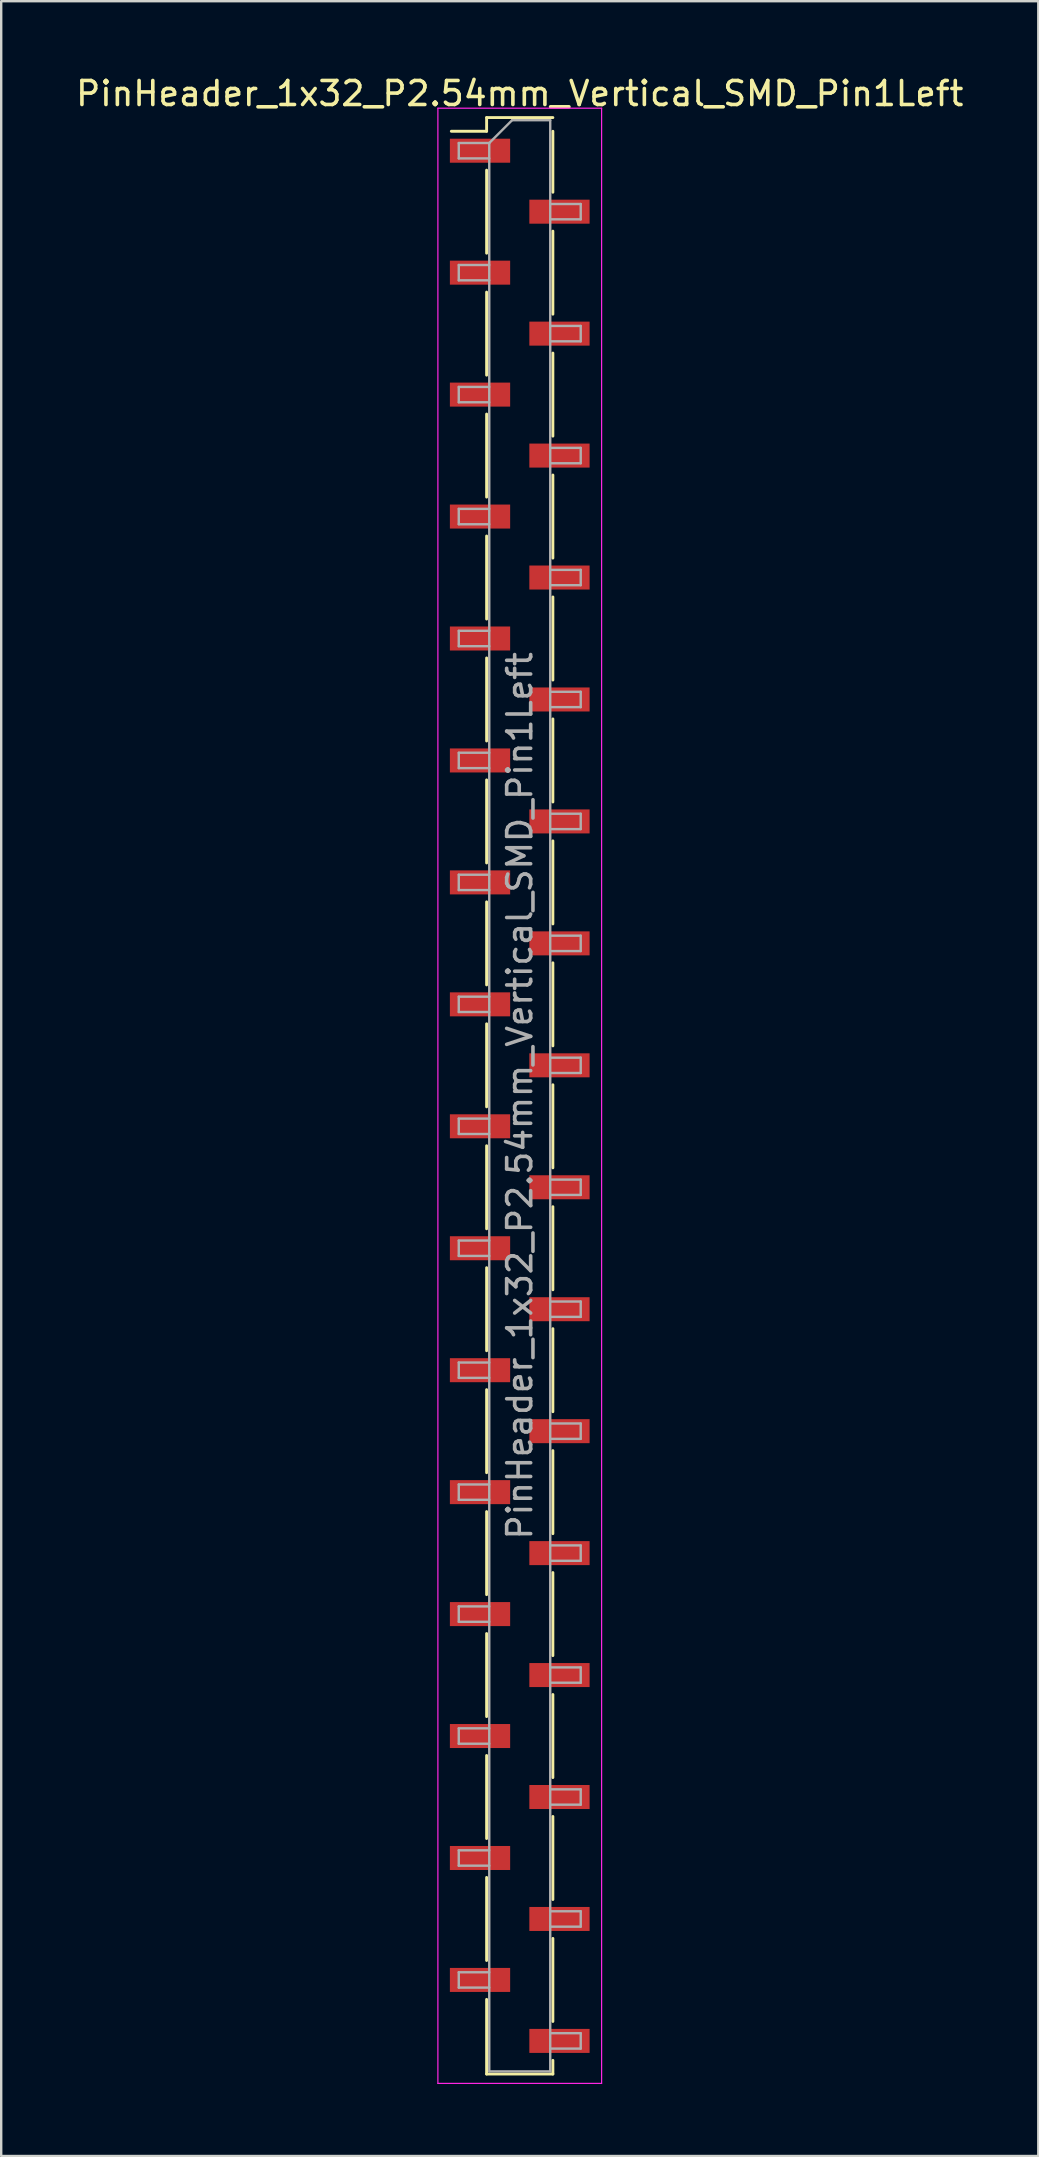
<source format=kicad_pcb>
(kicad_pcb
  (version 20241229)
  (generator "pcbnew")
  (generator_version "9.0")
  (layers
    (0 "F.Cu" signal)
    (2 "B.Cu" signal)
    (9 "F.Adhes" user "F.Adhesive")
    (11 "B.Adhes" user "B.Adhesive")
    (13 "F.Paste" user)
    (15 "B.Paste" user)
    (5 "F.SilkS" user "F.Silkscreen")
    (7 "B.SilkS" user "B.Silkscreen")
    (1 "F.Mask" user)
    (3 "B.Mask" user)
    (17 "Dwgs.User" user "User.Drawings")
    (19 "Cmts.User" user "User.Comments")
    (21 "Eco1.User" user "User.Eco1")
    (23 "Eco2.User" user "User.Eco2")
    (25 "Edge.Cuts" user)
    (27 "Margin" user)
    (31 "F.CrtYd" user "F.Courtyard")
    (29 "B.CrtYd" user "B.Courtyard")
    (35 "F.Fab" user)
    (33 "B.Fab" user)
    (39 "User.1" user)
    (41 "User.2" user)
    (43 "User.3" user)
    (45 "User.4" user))
  (footprint "PinHeader_1x32_P2.54mm_Vertical_SMD_Pin1Left"
    (layer "F.Cu")
    (at 18.601 42.598)
    (property "Reference" "PinHeader_1x32_P2.54mm_Vertical_SMD_Pin1Left" (at 0 -41.75 0) (layer "F.SilkS") (effects (font (size 1 1) (thickness 0.15))))
    (attr smd)
    (fp_line (start -1.38 -40.75) (end -1.38 -40.18) (stroke (width 0.12) (type solid)) (layer "F.SilkS"))
    (fp_line (start -1.38 -40.75) (end 1.38 -40.75) (stroke (width 0.12) (type solid)) (layer "F.SilkS"))
    (fp_line (start -1.38 -40.18) (end -2.85 -40.18) (stroke (width 0.12) (type solid)) (layer "F.SilkS"))
    (fp_line (start -1.38 -38.56) (end -1.38 -35.1) (stroke (width 0.12) (type solid)) (layer "F.SilkS"))
    (fp_line (start -1.38 -33.48) (end -1.38 -30.02) (stroke (width 0.12) (type solid)) (layer "F.SilkS"))
    (fp_line (start -1.38 -28.4) (end -1.38 -24.94) (stroke (width 0.12) (type solid)) (layer "F.SilkS"))
    (fp_line (start -1.38 -23.32) (end -1.38 -19.86) (stroke (width 0.12) (type solid)) (layer "F.SilkS"))
    (fp_line (start -1.38 -18.24) (end -1.38 -14.78) (stroke (width 0.12) (type solid)) (layer "F.SilkS"))
    (fp_line (start -1.38 -13.16) (end -1.38 -9.7) (stroke (width 0.12) (type solid)) (layer "F.SilkS"))
    (fp_line (start -1.38 -8.08) (end -1.38 -4.62) (stroke (width 0.12) (type solid)) (layer "F.SilkS"))
    (fp_line (start -1.38 -3) (end -1.38 0.46) (stroke (width 0.12) (type solid)) (layer "F.SilkS"))
    (fp_line (start -1.38 2.08) (end -1.38 5.54) (stroke (width 0.12) (type solid)) (layer "F.SilkS"))
    (fp_line (start -1.38 7.16) (end -1.38 10.62) (stroke (width 0.12) (type solid)) (layer "F.SilkS"))
    (fp_line (start -1.38 12.24) (end -1.38 15.7) (stroke (width 0.12) (type solid)) (layer "F.SilkS"))
    (fp_line (start -1.38 17.32) (end -1.38 20.78) (stroke (width 0.12) (type solid)) (layer "F.SilkS"))
    (fp_line (start -1.38 22.4) (end -1.38 25.86) (stroke (width 0.12) (type solid)) (layer "F.SilkS"))
    (fp_line (start -1.38 27.48) (end -1.38 30.94) (stroke (width 0.12) (type solid)) (layer "F.SilkS"))
    (fp_line (start -1.38 32.56) (end -1.38 36.02) (stroke (width 0.12) (type solid)) (layer "F.SilkS"))
    (fp_line (start -1.38 37.64) (end -1.38 40.75) (stroke (width 0.12) (type solid)) (layer "F.SilkS"))
    (fp_line (start -1.38 40.75) (end 1.38 40.75) (stroke (width 0.12) (type solid)) (layer "F.SilkS"))
    (fp_line (start 1.38 -40.18) (end 1.38 -37.64) (stroke (width 0.12) (type solid)) (layer "F.SilkS"))
    (fp_line (start 1.38 -36.02) (end 1.38 -32.56) (stroke (width 0.12) (type solid)) (layer "F.SilkS"))
    (fp_line (start 1.38 -30.94) (end 1.38 -27.48) (stroke (width 0.12) (type solid)) (layer "F.SilkS"))
    (fp_line (start 1.38 -25.86) (end 1.38 -22.4) (stroke (width 0.12) (type solid)) (layer "F.SilkS"))
    (fp_line (start 1.38 -20.78) (end 1.38 -17.32) (stroke (width 0.12) (type solid)) (layer "F.SilkS"))
    (fp_line (start 1.38 -15.7) (end 1.38 -12.24) (stroke (width 0.12) (type solid)) (layer "F.SilkS"))
    (fp_line (start 1.38 -10.62) (end 1.38 -7.16) (stroke (width 0.12) (type solid)) (layer "F.SilkS"))
    (fp_line (start 1.38 -5.54) (end 1.38 -2.08) (stroke (width 0.12) (type solid)) (layer "F.SilkS"))
    (fp_line (start 1.38 -0.46) (end 1.38 3) (stroke (width 0.12) (type solid)) (layer "F.SilkS"))
    (fp_line (start 1.38 4.62) (end 1.38 8.08) (stroke (width 0.12) (type solid)) (layer "F.SilkS"))
    (fp_line (start 1.38 9.7) (end 1.38 13.16) (stroke (width 0.12) (type solid)) (layer "F.SilkS"))
    (fp_line (start 1.38 14.78) (end 1.38 18.24) (stroke (width 0.12) (type solid)) (layer "F.SilkS"))
    (fp_line (start 1.38 19.86) (end 1.38 23.32) (stroke (width 0.12) (type solid)) (layer "F.SilkS"))
    (fp_line (start 1.38 24.94) (end 1.38 28.4) (stroke (width 0.12) (type solid)) (layer "F.SilkS"))
    (fp_line (start 1.38 30.02) (end 1.38 33.48) (stroke (width 0.12) (type solid)) (layer "F.SilkS"))
    (fp_line (start 1.38 35.1) (end 1.38 38.56) (stroke (width 0.12) (type solid)) (layer "F.SilkS"))
    (fp_line (start 1.38 40.18) (end 1.38 40.75) (stroke (width 0.12) (type solid)) (layer "F.SilkS"))
    (fp_line (start -3.41 -41.14) (end -3.41 41.14) (stroke (width 0.05) (type solid)) (layer "F.CrtYd"))
    (fp_line (start -3.41 41.14) (end 3.41 41.14) (stroke (width 0.05) (type solid)) (layer "F.CrtYd"))
    (fp_line (start 3.41 -41.14) (end -3.41 -41.14) (stroke (width 0.05) (type solid)) (layer "F.CrtYd"))
    (fp_line (start 3.41 41.14) (end 3.41 -41.14) (stroke (width 0.05) (type solid)) (layer "F.CrtYd"))
    (fp_line (start -2.54 -39.69) (end -2.54 -39.05) (stroke (width 0.1) (type solid)) (layer "F.Fab"))
    (fp_line (start -2.54 -39.05) (end -1.27 -39.05) (stroke (width 0.1) (type solid)) (layer "F.Fab"))
    (fp_line (start -2.54 -34.61) (end -2.54 -33.97) (stroke (width 0.1) (type solid)) (layer "F.Fab"))
    (fp_line (start -2.54 -33.97) (end -1.27 -33.97) (stroke (width 0.1) (type solid)) (layer "F.Fab"))
    (fp_line (start -2.54 -29.53) (end -2.54 -28.89) (stroke (width 0.1) (type solid)) (layer "F.Fab"))
    (fp_line (start -2.54 -28.89) (end -1.27 -28.89) (stroke (width 0.1) (type solid)) (layer "F.Fab"))
    (fp_line (start -2.54 -24.45) (end -2.54 -23.81) (stroke (width 0.1) (type solid)) (layer "F.Fab"))
    (fp_line (start -2.54 -23.81) (end -1.27 -23.81) (stroke (width 0.1) (type solid)) (layer "F.Fab"))
    (fp_line (start -2.54 -19.37) (end -2.54 -18.73) (stroke (width 0.1) (type solid)) (layer "F.Fab"))
    (fp_line (start -2.54 -18.73) (end -1.27 -18.73) (stroke (width 0.1) (type solid)) (layer "F.Fab"))
    (fp_line (start -2.54 -14.29) (end -2.54 -13.65) (stroke (width 0.1) (type solid)) (layer "F.Fab"))
    (fp_line (start -2.54 -13.65) (end -1.27 -13.65) (stroke (width 0.1) (type solid)) (layer "F.Fab"))
    (fp_line (start -2.54 -9.21) (end -2.54 -8.57) (stroke (width 0.1) (type solid)) (layer "F.Fab"))
    (fp_line (start -2.54 -8.57) (end -1.27 -8.57) (stroke (width 0.1) (type solid)) (layer "F.Fab"))
    (fp_line (start -2.54 -4.13) (end -2.54 -3.49) (stroke (width 0.1) (type solid)) (layer "F.Fab"))
    (fp_line (start -2.54 -3.49) (end -1.27 -3.49) (stroke (width 0.1) (type solid)) (layer "F.Fab"))
    (fp_line (start -2.54 0.95) (end -2.54 1.59) (stroke (width 0.1) (type solid)) (layer "F.Fab"))
    (fp_line (start -2.54 1.59) (end -1.27 1.59) (stroke (width 0.1) (type solid)) (layer "F.Fab"))
    (fp_line (start -2.54 6.03) (end -2.54 6.67) (stroke (width 0.1) (type solid)) (layer "F.Fab"))
    (fp_line (start -2.54 6.67) (end -1.27 6.67) (stroke (width 0.1) (type solid)) (layer "F.Fab"))
    (fp_line (start -2.54 11.11) (end -2.54 11.75) (stroke (width 0.1) (type solid)) (layer "F.Fab"))
    (fp_line (start -2.54 11.75) (end -1.27 11.75) (stroke (width 0.1) (type solid)) (layer "F.Fab"))
    (fp_line (start -2.54 16.19) (end -2.54 16.83) (stroke (width 0.1) (type solid)) (layer "F.Fab"))
    (fp_line (start -2.54 16.83) (end -1.27 16.83) (stroke (width 0.1) (type solid)) (layer "F.Fab"))
    (fp_line (start -2.54 21.27) (end -2.54 21.91) (stroke (width 0.1) (type solid)) (layer "F.Fab"))
    (fp_line (start -2.54 21.91) (end -1.27 21.91) (stroke (width 0.1) (type solid)) (layer "F.Fab"))
    (fp_line (start -2.54 26.35) (end -2.54 26.99) (stroke (width 0.1) (type solid)) (layer "F.Fab"))
    (fp_line (start -2.54 26.99) (end -1.27 26.99) (stroke (width 0.1) (type solid)) (layer "F.Fab"))
    (fp_line (start -2.54 31.43) (end -2.54 32.07) (stroke (width 0.1) (type solid)) (layer "F.Fab"))
    (fp_line (start -2.54 32.07) (end -1.27 32.07) (stroke (width 0.1) (type solid)) (layer "F.Fab"))
    (fp_line (start -2.54 36.51) (end -2.54 37.15) (stroke (width 0.1) (type solid)) (layer "F.Fab"))
    (fp_line (start -2.54 37.15) (end -1.27 37.15) (stroke (width 0.1) (type solid)) (layer "F.Fab"))
    (fp_line (start -1.27 -39.69) (end -2.54 -39.69) (stroke (width 0.1) (type solid)) (layer "F.Fab"))
    (fp_line (start -1.27 -39.69) (end -0.32 -40.64) (stroke (width 0.1) (type solid)) (layer "F.Fab"))
    (fp_line (start -1.27 -34.61) (end -2.54 -34.61) (stroke (width 0.1) (type solid)) (layer "F.Fab"))
    (fp_line (start -1.27 -29.53) (end -2.54 -29.53) (stroke (width 0.1) (type solid)) (layer "F.Fab"))
    (fp_line (start -1.27 -24.45) (end -2.54 -24.45) (stroke (width 0.1) (type solid)) (layer "F.Fab"))
    (fp_line (start -1.27 -19.37) (end -2.54 -19.37) (stroke (width 0.1) (type solid)) (layer "F.Fab"))
    (fp_line (start -1.27 -14.29) (end -2.54 -14.29) (stroke (width 0.1) (type solid)) (layer "F.Fab"))
    (fp_line (start -1.27 -9.21) (end -2.54 -9.21) (stroke (width 0.1) (type solid)) (layer "F.Fab"))
    (fp_line (start -1.27 -4.13) (end -2.54 -4.13) (stroke (width 0.1) (type solid)) (layer "F.Fab"))
    (fp_line (start -1.27 0.95) (end -2.54 0.95) (stroke (width 0.1) (type solid)) (layer "F.Fab"))
    (fp_line (start -1.27 6.03) (end -2.54 6.03) (stroke (width 0.1) (type solid)) (layer "F.Fab"))
    (fp_line (start -1.27 11.11) (end -2.54 11.11) (stroke (width 0.1) (type solid)) (layer "F.Fab"))
    (fp_line (start -1.27 16.19) (end -2.54 16.19) (stroke (width 0.1) (type solid)) (layer "F.Fab"))
    (fp_line (start -1.27 21.27) (end -2.54 21.27) (stroke (width 0.1) (type solid)) (layer "F.Fab"))
    (fp_line (start -1.27 26.35) (end -2.54 26.35) (stroke (width 0.1) (type solid)) (layer "F.Fab"))
    (fp_line (start -1.27 31.43) (end -2.54 31.43) (stroke (width 0.1) (type solid)) (layer "F.Fab"))
    (fp_line (start -1.27 36.51) (end -2.54 36.51) (stroke (width 0.1) (type solid)) (layer "F.Fab"))
    (fp_line (start -1.27 40.64) (end -1.27 -39.69) (stroke (width 0.1) (type solid)) (layer "F.Fab"))
    (fp_line (start -0.32 -40.64) (end 1.27 -40.64) (stroke (width 0.1) (type solid)) (layer "F.Fab"))
    (fp_line (start 1.27 -40.64) (end 1.27 40.64) (stroke (width 0.1) (type solid)) (layer "F.Fab"))
    (fp_line (start 1.27 -37.15) (end 2.54 -37.15) (stroke (width 0.1) (type solid)) (layer "F.Fab"))
    (fp_line (start 1.27 -32.07) (end 2.54 -32.07) (stroke (width 0.1) (type solid)) (layer "F.Fab"))
    (fp_line (start 1.27 -26.99) (end 2.54 -26.99) (stroke (width 0.1) (type solid)) (layer "F.Fab"))
    (fp_line (start 1.27 -21.91) (end 2.54 -21.91) (stroke (width 0.1) (type solid)) (layer "F.Fab"))
    (fp_line (start 1.27 -16.83) (end 2.54 -16.83) (stroke (width 0.1) (type solid)) (layer "F.Fab"))
    (fp_line (start 1.27 -11.75) (end 2.54 -11.75) (stroke (width 0.1) (type solid)) (layer "F.Fab"))
    (fp_line (start 1.27 -6.67) (end 2.54 -6.67) (stroke (width 0.1) (type solid)) (layer "F.Fab"))
    (fp_line (start 1.27 -1.59) (end 2.54 -1.59) (stroke (width 0.1) (type solid)) (layer "F.Fab"))
    (fp_line (start 1.27 3.49) (end 2.54 3.49) (stroke (width 0.1) (type solid)) (layer "F.Fab"))
    (fp_line (start 1.27 8.57) (end 2.54 8.57) (stroke (width 0.1) (type solid)) (layer "F.Fab"))
    (fp_line (start 1.27 13.65) (end 2.54 13.65) (stroke (width 0.1) (type solid)) (layer "F.Fab"))
    (fp_line (start 1.27 18.73) (end 2.54 18.73) (stroke (width 0.1) (type solid)) (layer "F.Fab"))
    (fp_line (start 1.27 23.81) (end 2.54 23.81) (stroke (width 0.1) (type solid)) (layer "F.Fab"))
    (fp_line (start 1.27 28.89) (end 2.54 28.89) (stroke (width 0.1) (type solid)) (layer "F.Fab"))
    (fp_line (start 1.27 33.97) (end 2.54 33.97) (stroke (width 0.1) (type solid)) (layer "F.Fab"))
    (fp_line (start 1.27 39.05) (end 2.54 39.05) (stroke (width 0.1) (type solid)) (layer "F.Fab"))
    (fp_line (start 1.27 40.64) (end -1.27 40.64) (stroke (width 0.1) (type solid)) (layer "F.Fab"))
    (fp_line (start 2.54 -37.15) (end 2.54 -36.51) (stroke (width 0.1) (type solid)) (layer "F.Fab"))
    (fp_line (start 2.54 -36.51) (end 1.27 -36.51) (stroke (width 0.1) (type solid)) (layer "F.Fab"))
    (fp_line (start 2.54 -32.07) (end 2.54 -31.43) (stroke (width 0.1) (type solid)) (layer "F.Fab"))
    (fp_line (start 2.54 -31.43) (end 1.27 -31.43) (stroke (width 0.1) (type solid)) (layer "F.Fab"))
    (fp_line (start 2.54 -26.99) (end 2.54 -26.35) (stroke (width 0.1) (type solid)) (layer "F.Fab"))
    (fp_line (start 2.54 -26.35) (end 1.27 -26.35) (stroke (width 0.1) (type solid)) (layer "F.Fab"))
    (fp_line (start 2.54 -21.91) (end 2.54 -21.27) (stroke (width 0.1) (type solid)) (layer "F.Fab"))
    (fp_line (start 2.54 -21.27) (end 1.27 -21.27) (stroke (width 0.1) (type solid)) (layer "F.Fab"))
    (fp_line (start 2.54 -16.83) (end 2.54 -16.19) (stroke (width 0.1) (type solid)) (layer "F.Fab"))
    (fp_line (start 2.54 -16.19) (end 1.27 -16.19) (stroke (width 0.1) (type solid)) (layer "F.Fab"))
    (fp_line (start 2.54 -11.75) (end 2.54 -11.11) (stroke (width 0.1) (type solid)) (layer "F.Fab"))
    (fp_line (start 2.54 -11.11) (end 1.27 -11.11) (stroke (width 0.1) (type solid)) (layer "F.Fab"))
    (fp_line (start 2.54 -6.67) (end 2.54 -6.03) (stroke (width 0.1) (type solid)) (layer "F.Fab"))
    (fp_line (start 2.54 -6.03) (end 1.27 -6.03) (stroke (width 0.1) (type solid)) (layer "F.Fab"))
    (fp_line (start 2.54 -1.59) (end 2.54 -0.95) (stroke (width 0.1) (type solid)) (layer "F.Fab"))
    (fp_line (start 2.54 -0.95) (end 1.27 -0.95) (stroke (width 0.1) (type solid)) (layer "F.Fab"))
    (fp_line (start 2.54 3.49) (end 2.54 4.13) (stroke (width 0.1) (type solid)) (layer "F.Fab"))
    (fp_line (start 2.54 4.13) (end 1.27 4.13) (stroke (width 0.1) (type solid)) (layer "F.Fab"))
    (fp_line (start 2.54 8.57) (end 2.54 9.21) (stroke (width 0.1) (type solid)) (layer "F.Fab"))
    (fp_line (start 2.54 9.21) (end 1.27 9.21) (stroke (width 0.1) (type solid)) (layer "F.Fab"))
    (fp_line (start 2.54 13.65) (end 2.54 14.29) (stroke (width 0.1) (type solid)) (layer "F.Fab"))
    (fp_line (start 2.54 14.29) (end 1.27 14.29) (stroke (width 0.1) (type solid)) (layer "F.Fab"))
    (fp_line (start 2.54 18.73) (end 2.54 19.37) (stroke (width 0.1) (type solid)) (layer "F.Fab"))
    (fp_line (start 2.54 19.37) (end 1.27 19.37) (stroke (width 0.1) (type solid)) (layer "F.Fab"))
    (fp_line (start 2.54 23.81) (end 2.54 24.45) (stroke (width 0.1) (type solid)) (layer "F.Fab"))
    (fp_line (start 2.54 24.45) (end 1.27 24.45) (stroke (width 0.1) (type solid)) (layer "F.Fab"))
    (fp_line (start 2.54 28.89) (end 2.54 29.53) (stroke (width 0.1) (type solid)) (layer "F.Fab"))
    (fp_line (start 2.54 29.53) (end 1.27 29.53) (stroke (width 0.1) (type solid)) (layer "F.Fab"))
    (fp_line (start 2.54 33.97) (end 2.54 34.61) (stroke (width 0.1) (type solid)) (layer "F.Fab"))
    (fp_line (start 2.54 34.61) (end 1.27 34.61) (stroke (width 0.1) (type solid)) (layer "F.Fab"))
    (fp_line (start 2.54 39.05) (end 2.54 39.69) (stroke (width 0.1) (type solid)) (layer "F.Fab"))
    (fp_line (start 2.54 39.69) (end 1.27 39.69) (stroke (width 0.1) (type solid)) (layer "F.Fab"))
    (fp_text user "${REFERENCE}" (at 0 0 90) (layer "F.Fab") (effects (font (size 1 1) (thickness 0.15))))
    (pad "1" smd rect (at -1.655 -39.37) (size 2.51 1) (layers "F.Cu" "F.Mask" "F.Paste"))
    (pad "2" smd rect (at 1.655 -36.83) (size 2.51 1) (layers "F.Cu" "F.Mask" "F.Paste"))
    (pad "3" smd rect (at -1.655 -34.29) (size 2.51 1) (layers "F.Cu" "F.Mask" "F.Paste"))
    (pad "4" smd rect (at 1.655 -31.75) (size 2.51 1) (layers "F.Cu" "F.Mask" "F.Paste"))
    (pad "5" smd rect (at -1.655 -29.21) (size 2.51 1) (layers "F.Cu" "F.Mask" "F.Paste"))
    (pad "6" smd rect (at 1.655 -26.67) (size 2.51 1) (layers "F.Cu" "F.Mask" "F.Paste"))
    (pad "7" smd rect (at -1.655 -24.13) (size 2.51 1) (layers "F.Cu" "F.Mask" "F.Paste"))
    (pad "8" smd rect (at 1.655 -21.59) (size 2.51 1) (layers "F.Cu" "F.Mask" "F.Paste"))
    (pad "9" smd rect (at -1.655 -19.05) (size 2.51 1) (layers "F.Cu" "F.Mask" "F.Paste"))
    (pad "10" smd rect (at 1.655 -16.51) (size 2.51 1) (layers "F.Cu" "F.Mask" "F.Paste"))
    (pad "11" smd rect (at -1.655 -13.97) (size 2.51 1) (layers "F.Cu" "F.Mask" "F.Paste"))
    (pad "12" smd rect (at 1.655 -11.43) (size 2.51 1) (layers "F.Cu" "F.Mask" "F.Paste"))
    (pad "13" smd rect (at -1.655 -8.89) (size 2.51 1) (layers "F.Cu" "F.Mask" "F.Paste"))
    (pad "14" smd rect (at 1.655 -6.35) (size 2.51 1) (layers "F.Cu" "F.Mask" "F.Paste"))
    (pad "15" smd rect (at -1.655 -3.81) (size 2.51 1) (layers "F.Cu" "F.Mask" "F.Paste"))
    (pad "16" smd rect (at 1.655 -1.27) (size 2.51 1) (layers "F.Cu" "F.Mask" "F.Paste"))
    (pad "17" smd rect (at -1.655 1.27) (size 2.51 1) (layers "F.Cu" "F.Mask" "F.Paste"))
    (pad "18" smd rect (at 1.655 3.81) (size 2.51 1) (layers "F.Cu" "F.Mask" "F.Paste"))
    (pad "19" smd rect (at -1.655 6.35) (size 2.51 1) (layers "F.Cu" "F.Mask" "F.Paste"))
    (pad "20" smd rect (at 1.655 8.89) (size 2.51 1) (layers "F.Cu" "F.Mask" "F.Paste"))
    (pad "21" smd rect (at -1.655 11.43) (size 2.51 1) (layers "F.Cu" "F.Mask" "F.Paste"))
    (pad "22" smd rect (at 1.655 13.97) (size 2.51 1) (layers "F.Cu" "F.Mask" "F.Paste"))
    (pad "23" smd rect (at -1.655 16.51) (size 2.51 1) (layers "F.Cu" "F.Mask" "F.Paste"))
    (pad "24" smd rect (at 1.655 19.05) (size 2.51 1) (layers "F.Cu" "F.Mask" "F.Paste"))
    (pad "25" smd rect (at -1.655 21.59) (size 2.51 1) (layers "F.Cu" "F.Mask" "F.Paste"))
    (pad "26" smd rect (at 1.655 24.13) (size 2.51 1) (layers "F.Cu" "F.Mask" "F.Paste"))
    (pad "27" smd rect (at -1.655 26.67) (size 2.51 1) (layers "F.Cu" "F.Mask" "F.Paste"))
    (pad "28" smd rect (at 1.655 29.21) (size 2.51 1) (layers "F.Cu" "F.Mask" "F.Paste"))
    (pad "29" smd rect (at -1.655 31.75) (size 2.51 1) (layers "F.Cu" "F.Mask" "F.Paste"))
    (pad "30" smd rect (at 1.655 34.29) (size 2.51 1) (layers "F.Cu" "F.Mask" "F.Paste"))
    (pad "31" smd rect (at -1.655 36.83) (size 2.51 1) (layers "F.Cu" "F.Mask" "F.Paste"))
    (pad "32" smd rect (at 1.655 39.37) (size 2.51 1) (layers "F.Cu" "F.Mask" "F.Paste")))
  (gr_rect
    (start -3 -3)
    (end 40.202 86.763)
    (stroke (width 0.1) (type default))
    (fill no)
    (layer "Edge.Cuts")))
</source>
